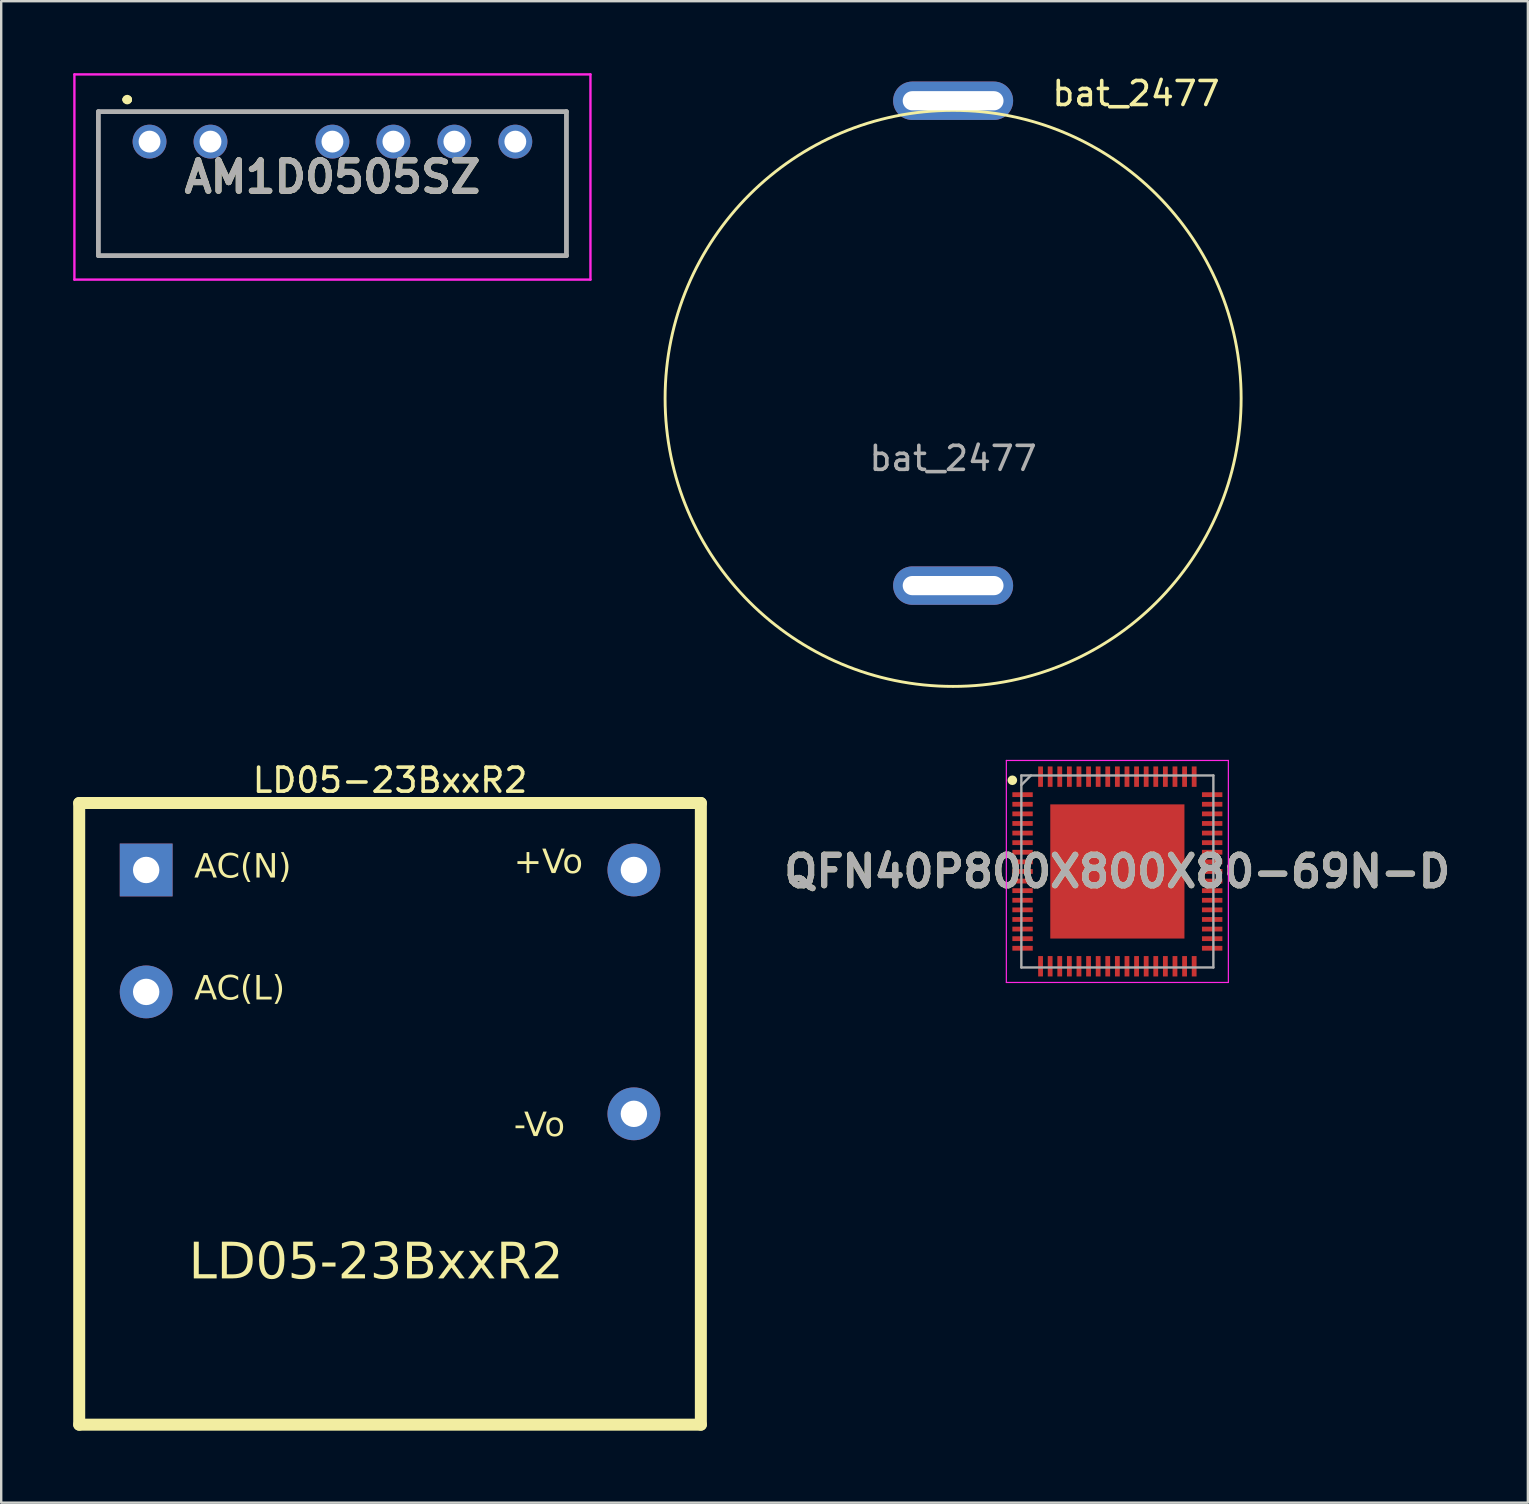
<source format=kicad_pcb>
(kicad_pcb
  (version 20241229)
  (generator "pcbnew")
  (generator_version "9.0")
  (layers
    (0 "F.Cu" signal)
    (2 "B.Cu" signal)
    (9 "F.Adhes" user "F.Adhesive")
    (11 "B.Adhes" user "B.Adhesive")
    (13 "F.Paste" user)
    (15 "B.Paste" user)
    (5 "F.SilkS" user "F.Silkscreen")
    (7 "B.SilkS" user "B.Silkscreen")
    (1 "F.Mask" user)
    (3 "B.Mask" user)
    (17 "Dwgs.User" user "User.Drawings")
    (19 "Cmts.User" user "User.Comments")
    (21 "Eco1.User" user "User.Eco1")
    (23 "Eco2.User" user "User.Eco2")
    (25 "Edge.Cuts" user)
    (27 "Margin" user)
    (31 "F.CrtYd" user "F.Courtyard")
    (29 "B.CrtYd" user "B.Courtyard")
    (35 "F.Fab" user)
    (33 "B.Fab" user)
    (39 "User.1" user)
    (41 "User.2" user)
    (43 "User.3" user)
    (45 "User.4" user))
  (footprint "AM1D0505SZ"
    (layer "F.Cu")
    (at 3.18 2.85)
    (property "Reference" "AM1D0505SZ" (at 7.62 1.475 0) (layer "F.SilkS") (effects (font (size 1.27 1.27) (thickness 0.254))))
    (attr through_hole)
    (fp_line (start -2.13 -1.25) (end 17.37 -1.25) (stroke (width 0.1) (type solid)) (layer "F.SilkS"))
    (fp_line (start -2.13 4.75) (end -2.13 -1.25) (stroke (width 0.1) (type solid)) (layer "F.SilkS"))
    (fp_line (start -0.98 -1.75) (end -0.98 -1.75) (stroke (width 0.3) (type solid)) (layer "F.SilkS"))
    (fp_line (start -0.88 -1.75) (end -0.88 -1.75) (stroke (width 0.3) (type solid)) (layer "F.SilkS"))
    (fp_line (start 17.37 -1.25) (end 17.37 4.75) (stroke (width 0.1) (type solid)) (layer "F.SilkS"))
    (fp_line (start 17.37 4.75) (end -2.13 4.75) (stroke (width 0.1) (type solid)) (layer "F.SilkS"))
    (fp_arc (start -0.98 -1.75) (mid -0.93 -1.8) (end -0.88 -1.75) (stroke (width 0.3) (type solid)) (layer "F.SilkS"))
    (fp_arc (start -0.88 -1.75) (mid -0.93 -1.7) (end -0.98 -1.75) (stroke (width 0.3) (type solid)) (layer "F.SilkS"))
    (fp_line (start -3.13 -2.8) (end 18.37 -2.8) (stroke (width 0.1) (type solid)) (layer "F.CrtYd"))
    (fp_line (start -3.13 5.75) (end -3.13 -2.8) (stroke (width 0.1) (type solid)) (layer "F.CrtYd"))
    (fp_line (start 18.37 -2.8) (end 18.37 5.75) (stroke (width 0.1) (type solid)) (layer "F.CrtYd"))
    (fp_line (start 18.37 5.75) (end -3.13 5.75) (stroke (width 0.1) (type solid)) (layer "F.CrtYd"))
    (fp_line (start -2.13 -1.25) (end 17.37 -1.25) (stroke (width 0.2) (type solid)) (layer "F.Fab"))
    (fp_line (start -2.13 4.75) (end -2.13 -1.25) (stroke (width 0.2) (type solid)) (layer "F.Fab"))
    (fp_line (start 17.37 -1.25) (end 17.37 4.75) (stroke (width 0.2) (type solid)) (layer "F.Fab"))
    (fp_line (start 17.37 4.75) (end -2.13 4.75) (stroke (width 0.2) (type solid)) (layer "F.Fab"))
    (fp_text user "${REFERENCE}" (at 7.62 1.475 0) (layer "F.Fab") (effects (font (size 1.27 1.27) (thickness 0.254))))
    (pad "1" thru_hole circle (at 0 0) (size 1.41 1.41) (drill 0.91) (layers "*.Cu" "*.Mask"))
    (pad "2" thru_hole circle (at 2.54 0) (size 1.41 1.41) (drill 0.91) (layers "*.Cu" "*.Mask"))
    (pad "4" thru_hole circle (at 7.62 0) (size 1.41 1.41) (drill 0.91) (layers "*.Cu" "*.Mask"))
    (pad "5" thru_hole circle (at 10.16 0) (size 1.41 1.41) (drill 0.91) (layers "*.Cu" "*.Mask"))
    (pad "6" thru_hole circle (at 12.7 0) (size 1.41 1.41) (drill 0.91) (layers "*.Cu" "*.Mask"))
    (pad "7" thru_hole circle (at 15.24 0) (size 1.41 1.41) (drill 0.91) (layers "*.Cu" "*.Mask")))
  (footprint "bat_2477"
    (layer "F.Cu")
    (at 36.66 13.548)
    (property "Reference" "bat_2477" (at 7.62 -12.7 0) (unlocked yes) (layer "F.SilkS") (effects (font (size 1 1) (thickness 0.15))))
    (attr through_hole)
    (fp_circle (center 0 0) (end 12 0) (stroke (width 0.12) (type solid)) (fill no) (layer "F.SilkS"))
    (fp_text user "${REFERENCE}" (at 0 2.5 0) (unlocked yes) (layer "F.Fab") (effects (font (size 1 1) (thickness 0.15))))
    (pad "1" thru_hole oval (at 0 -12.4) (size 5 1.6) (drill oval 4.2 0.8) (layers "*.Cu" "*.Mask"))
    (pad "2" thru_hole oval (at 0 7.8) (size 5 1.6) (drill oval 4.2 0.8) (layers "*.Cu" "*.Mask")))
  (footprint "QFN40P800X800X80-69N-D"
    (layer "F.Cu")
    (at 43.503 33.258)
    (property "Reference" "QFN40P800X800X80-69N-D" (at 0 0 0) (layer "F.SilkS") (effects (font (size 1.27 1.27) (thickness 0.254))))
    (attr smd)
    (fp_circle (center -4.375 -3.8) (end -4.375 -3.7) (stroke (width 0.2) (type solid)) (fill no) (layer "F.SilkS"))
    (fp_line (start -4.625 -4.625) (end 4.625 -4.625) (stroke (width 0.05) (type solid)) (layer "F.CrtYd"))
    (fp_line (start -4.625 4.625) (end -4.625 -4.625) (stroke (width 0.05) (type solid)) (layer "F.CrtYd"))
    (fp_line (start 4.625 -4.625) (end 4.625 4.625) (stroke (width 0.05) (type solid)) (layer "F.CrtYd"))
    (fp_line (start 4.625 4.625) (end -4.625 4.625) (stroke (width 0.05) (type solid)) (layer "F.CrtYd"))
    (fp_line (start -4 -4) (end 4 -4) (stroke (width 0.1) (type solid)) (layer "F.Fab"))
    (fp_line (start -4 -3.6) (end -3.6 -4) (stroke (width 0.1) (type solid)) (layer "F.Fab"))
    (fp_line (start -4 4) (end -4 -4) (stroke (width 0.1) (type solid)) (layer "F.Fab"))
    (fp_line (start 4 -4) (end 4 4) (stroke (width 0.1) (type solid)) (layer "F.Fab"))
    (fp_line (start 4 4) (end -4 4) (stroke (width 0.1) (type solid)) (layer "F.Fab"))
    (fp_text user "${REFERENCE}" (at 0 0 0) (layer "F.Fab") (effects (font (size 1.27 1.27) (thickness 0.254))))
    (pad "1" smd rect (at -3.95 -3.2 90) (size 0.2 0.85) (layers "F.Cu" "F.Mask" "F.Paste"))
    (pad "2" smd rect (at -3.95 -2.8 90) (size 0.2 0.85) (layers "F.Cu" "F.Mask" "F.Paste"))
    (pad "3" smd rect (at -3.95 -2.4 90) (size 0.2 0.85) (layers "F.Cu" "F.Mask" "F.Paste"))
    (pad "4" smd rect (at -3.95 -2 90) (size 0.2 0.85) (layers "F.Cu" "F.Mask" "F.Paste"))
    (pad "5" smd rect (at -3.95 -1.6 90) (size 0.2 0.85) (layers "F.Cu" "F.Mask" "F.Paste"))
    (pad "6" smd rect (at -3.95 -1.2 90) (size 0.2 0.85) (layers "F.Cu" "F.Mask" "F.Paste"))
    (pad "7" smd rect (at -3.95 -0.8 90) (size 0.2 0.85) (layers "F.Cu" "F.Mask" "F.Paste"))
    (pad "8" smd rect (at -3.95 -0.4 90) (size 0.2 0.85) (layers "F.Cu" "F.Mask" "F.Paste"))
    (pad "9" smd rect (at -3.95 0 90) (size 0.2 0.85) (layers "F.Cu" "F.Mask" "F.Paste"))
    (pad "10" smd rect (at -3.95 0.4 90) (size 0.2 0.85) (layers "F.Cu" "F.Mask" "F.Paste"))
    (pad "11" smd rect (at -3.95 0.8 90) (size 0.2 0.85) (layers "F.Cu" "F.Mask" "F.Paste"))
    (pad "12" smd rect (at -3.95 1.2 90) (size 0.2 0.85) (layers "F.Cu" "F.Mask" "F.Paste"))
    (pad "13" smd rect (at -3.95 1.6 90) (size 0.2 0.85) (layers "F.Cu" "F.Mask" "F.Paste"))
    (pad "14" smd rect (at -3.95 2 90) (size 0.2 0.85) (layers "F.Cu" "F.Mask" "F.Paste"))
    (pad "15" smd rect (at -3.95 2.4 90) (size 0.2 0.85) (layers "F.Cu" "F.Mask" "F.Paste"))
    (pad "16" smd rect (at -3.95 2.8 90) (size 0.2 0.85) (layers "F.Cu" "F.Mask" "F.Paste"))
    (pad "17" smd rect (at -3.95 3.2 90) (size 0.2 0.85) (layers "F.Cu" "F.Mask" "F.Paste"))
    (pad "18" smd rect (at -3.2 3.95) (size 0.2 0.85) (layers "F.Cu" "F.Mask" "F.Paste"))
    (pad "19" smd rect (at -2.8 3.95) (size 0.2 0.85) (layers "F.Cu" "F.Mask" "F.Paste"))
    (pad "20" smd rect (at -2.4 3.95) (size 0.2 0.85) (layers "F.Cu" "F.Mask" "F.Paste"))
    (pad "21" smd rect (at -2 3.95) (size 0.2 0.85) (layers "F.Cu" "F.Mask" "F.Paste"))
    (pad "22" smd rect (at -1.6 3.95) (size 0.2 0.85) (layers "F.Cu" "F.Mask" "F.Paste"))
    (pad "23" smd rect (at -1.2 3.95) (size 0.2 0.85) (layers "F.Cu" "F.Mask" "F.Paste"))
    (pad "24" smd rect (at -0.8 3.95) (size 0.2 0.85) (layers "F.Cu" "F.Mask" "F.Paste"))
    (pad "25" smd rect (at -0.4 3.95) (size 0.2 0.85) (layers "F.Cu" "F.Mask" "F.Paste"))
    (pad "26" smd rect (at 0 3.95) (size 0.2 0.85) (layers "F.Cu" "F.Mask" "F.Paste"))
    (pad "27" smd rect (at 0.4 3.95) (size 0.2 0.85) (layers "F.Cu" "F.Mask" "F.Paste"))
    (pad "28" smd rect (at 0.8 3.95) (size 0.2 0.85) (layers "F.Cu" "F.Mask" "F.Paste"))
    (pad "29" smd rect (at 1.2 3.95) (size 0.2 0.85) (layers "F.Cu" "F.Mask" "F.Paste"))
    (pad "30" smd rect (at 1.6 3.95) (size 0.2 0.85) (layers "F.Cu" "F.Mask" "F.Paste"))
    (pad "31" smd rect (at 2 3.95) (size 0.2 0.85) (layers "F.Cu" "F.Mask" "F.Paste"))
    (pad "32" smd rect (at 2.4 3.95) (size 0.2 0.85) (layers "F.Cu" "F.Mask" "F.Paste"))
    (pad "33" smd rect (at 2.8 3.95) (size 0.2 0.85) (layers "F.Cu" "F.Mask" "F.Paste"))
    (pad "34" smd rect (at 3.2 3.95) (size 0.2 0.85) (layers "F.Cu" "F.Mask" "F.Paste"))
    (pad "35" smd rect (at 3.95 3.2 90) (size 0.2 0.85) (layers "F.Cu" "F.Mask" "F.Paste"))
    (pad "36" smd rect (at 3.95 2.8 90) (size 0.2 0.85) (layers "F.Cu" "F.Mask" "F.Paste"))
    (pad "37" smd rect (at 3.95 2.4 90) (size 0.2 0.85) (layers "F.Cu" "F.Mask" "F.Paste"))
    (pad "38" smd rect (at 3.95 2 90) (size 0.2 0.85) (layers "F.Cu" "F.Mask" "F.Paste"))
    (pad "39" smd rect (at 3.95 1.6 90) (size 0.2 0.85) (layers "F.Cu" "F.Mask" "F.Paste"))
    (pad "40" smd rect (at 3.95 1.2 90) (size 0.2 0.85) (layers "F.Cu" "F.Mask" "F.Paste"))
    (pad "41" smd rect (at 3.95 0.8 90) (size 0.2 0.85) (layers "F.Cu" "F.Mask" "F.Paste"))
    (pad "42" smd rect (at 3.95 0.4 90) (size 0.2 0.85) (layers "F.Cu" "F.Mask" "F.Paste"))
    (pad "43" smd rect (at 3.95 0 90) (size 0.2 0.85) (layers "F.Cu" "F.Mask" "F.Paste"))
    (pad "44" smd rect (at 3.95 -0.4 90) (size 0.2 0.85) (layers "F.Cu" "F.Mask" "F.Paste"))
    (pad "45" smd rect (at 3.95 -0.8 90) (size 0.2 0.85) (layers "F.Cu" "F.Mask" "F.Paste"))
    (pad "46" smd rect (at 3.95 -1.2 90) (size 0.2 0.85) (layers "F.Cu" "F.Mask" "F.Paste"))
    (pad "47" smd rect (at 3.95 -1.6 90) (size 0.2 0.85) (layers "F.Cu" "F.Mask" "F.Paste"))
    (pad "48" smd rect (at 3.95 -2 90) (size 0.2 0.85) (layers "F.Cu" "F.Mask" "F.Paste"))
    (pad "49" smd rect (at 3.95 -2.4 90) (size 0.2 0.85) (layers "F.Cu" "F.Mask" "F.Paste"))
    (pad "50" smd rect (at 3.95 -2.8 90) (size 0.2 0.85) (layers "F.Cu" "F.Mask" "F.Paste"))
    (pad "51" smd rect (at 3.95 -3.2 90) (size 0.2 0.85) (layers "F.Cu" "F.Mask" "F.Paste"))
    (pad "52" smd rect (at 3.2 -3.95) (size 0.2 0.85) (layers "F.Cu" "F.Mask" "F.Paste"))
    (pad "53" smd rect (at 2.8 -3.95) (size 0.2 0.85) (layers "F.Cu" "F.Mask" "F.Paste"))
    (pad "54" smd rect (at 2.4 -3.95) (size 0.2 0.85) (layers "F.Cu" "F.Mask" "F.Paste"))
    (pad "55" smd rect (at 2 -3.95) (size 0.2 0.85) (layers "F.Cu" "F.Mask" "F.Paste"))
    (pad "56" smd rect (at 1.6 -3.95) (size 0.2 0.85) (layers "F.Cu" "F.Mask" "F.Paste"))
    (pad "57" smd rect (at 1.2 -3.95) (size 0.2 0.85) (layers "F.Cu" "F.Mask" "F.Paste"))
    (pad "58" smd rect (at 0.8 -3.95) (size 0.2 0.85) (layers "F.Cu" "F.Mask" "F.Paste"))
    (pad "59" smd rect (at 0.4 -3.95) (size 0.2 0.85) (layers "F.Cu" "F.Mask" "F.Paste"))
    (pad "60" smd rect (at 0 -3.95) (size 0.2 0.85) (layers "F.Cu" "F.Mask" "F.Paste"))
    (pad "61" smd rect (at -0.4 -3.95) (size 0.2 0.85) (layers "F.Cu" "F.Mask" "F.Paste"))
    (pad "62" smd rect (at -0.8 -3.95) (size 0.2 0.85) (layers "F.Cu" "F.Mask" "F.Paste"))
    (pad "63" smd rect (at -1.2 -3.95) (size 0.2 0.85) (layers "F.Cu" "F.Mask" "F.Paste"))
    (pad "64" smd rect (at -1.6 -3.95) (size 0.2 0.85) (layers "F.Cu" "F.Mask" "F.Paste"))
    (pad "65" smd rect (at -2 -3.95) (size 0.2 0.85) (layers "F.Cu" "F.Mask" "F.Paste"))
    (pad "66" smd rect (at -2.4 -3.95) (size 0.2 0.85) (layers "F.Cu" "F.Mask" "F.Paste"))
    (pad "67" smd rect (at -2.8 -3.95) (size 0.2 0.85) (layers "F.Cu" "F.Mask" "F.Paste"))
    (pad "68" smd rect (at -3.2 -3.95) (size 0.2 0.85) (layers "F.Cu" "F.Mask" "F.Paste"))
    (pad "69" smd rect (at 0 0) (size 5.59 5.59) (layers "F.Cu" "F.Mask" "F.Paste")))
  (footprint "LD05-23BxxR2"
    (layer "F.Cu")
    (at 13.2 38.276)
    (property "Reference" "LD05-23BxxR2" (at 0 -8.82 0) (layer "F.SilkS") (effects (font (size 1 1) (thickness 0.15))))
    (fp_line (start -12.95 -7.87) (end 12.95 -7.87) (stroke (width 0.5) (type solid)) (layer "F.SilkS"))
    (fp_line (start -12.95 18.03) (end -12.95 -7.87) (stroke (width 0.5) (type solid)) (layer "F.SilkS"))
    (fp_line (start -12.95 18.03) (end 12.95 18.03) (stroke (width 0.5) (type solid)) (layer "F.SilkS"))
    (fp_line (start 12.95 18.03) (end 12.95 -7.87) (stroke (width 0.5) (type solid)) (layer "F.SilkS"))
    (fp_text user "-Vo" (at 5.16 6.177 0) (unlocked yes) (layer "F.SilkS") (effects (font (face "黑体") (size 1 1) (thickness 0.127)) (justify left bottom)))
    (fp_text user "AC(N)" (at -8.16 -4.594 0) (unlocked yes) (layer "F.SilkS") (effects (font (face "黑体") (size 1 1) (thickness 0.127)) (justify left bottom)))
    (fp_text user "AC(L)" (at -8.16 0.486 0) (unlocked yes) (layer "F.SilkS") (effects (font (face "黑体") (size 1 1) (thickness 0.127)) (justify left bottom)))
    (fp_text user "+Vo" (at 5.16 -4.781 0) (unlocked yes) (layer "F.SilkS") (effects (font (face "黑体") (size 1 1) (thickness 0.127)) (justify left bottom)))
    (fp_text user "LD05-23BxxR2" (at -8.382 12.192 0) (unlocked yes) (layer "F.SilkS") (effects (font (face "黑体") (size 1.5 1.5) (thickness 0.127)) (justify left bottom)))
    (pad "1" thru_hole rect (at -10.16 -5.08) (size 2.2 2.2) (drill 1.1) (layers "*.Cu" "*.Mask"))
    (pad "2" thru_hole circle (at -10.16 0) (size 2.2 2.2) (drill 1.1) (layers "*.Cu" "*.Mask"))
    (pad "4" thru_hole circle (at 10.16 5.08) (size 2.2 2.2) (drill 1.1) (layers "*.Cu" "*.Mask"))
    (pad "5" thru_hole circle (at 10.16 -5.08) (size 2.2 2.2) (drill 1.1) (layers "*.Cu" "*.Mask")))
  (gr_rect
    (start -3 -3)
    (end 60.606 59.556)
    (stroke (width 0.1) (type default))
    (fill no)
    (layer "Edge.Cuts")))
</source>
